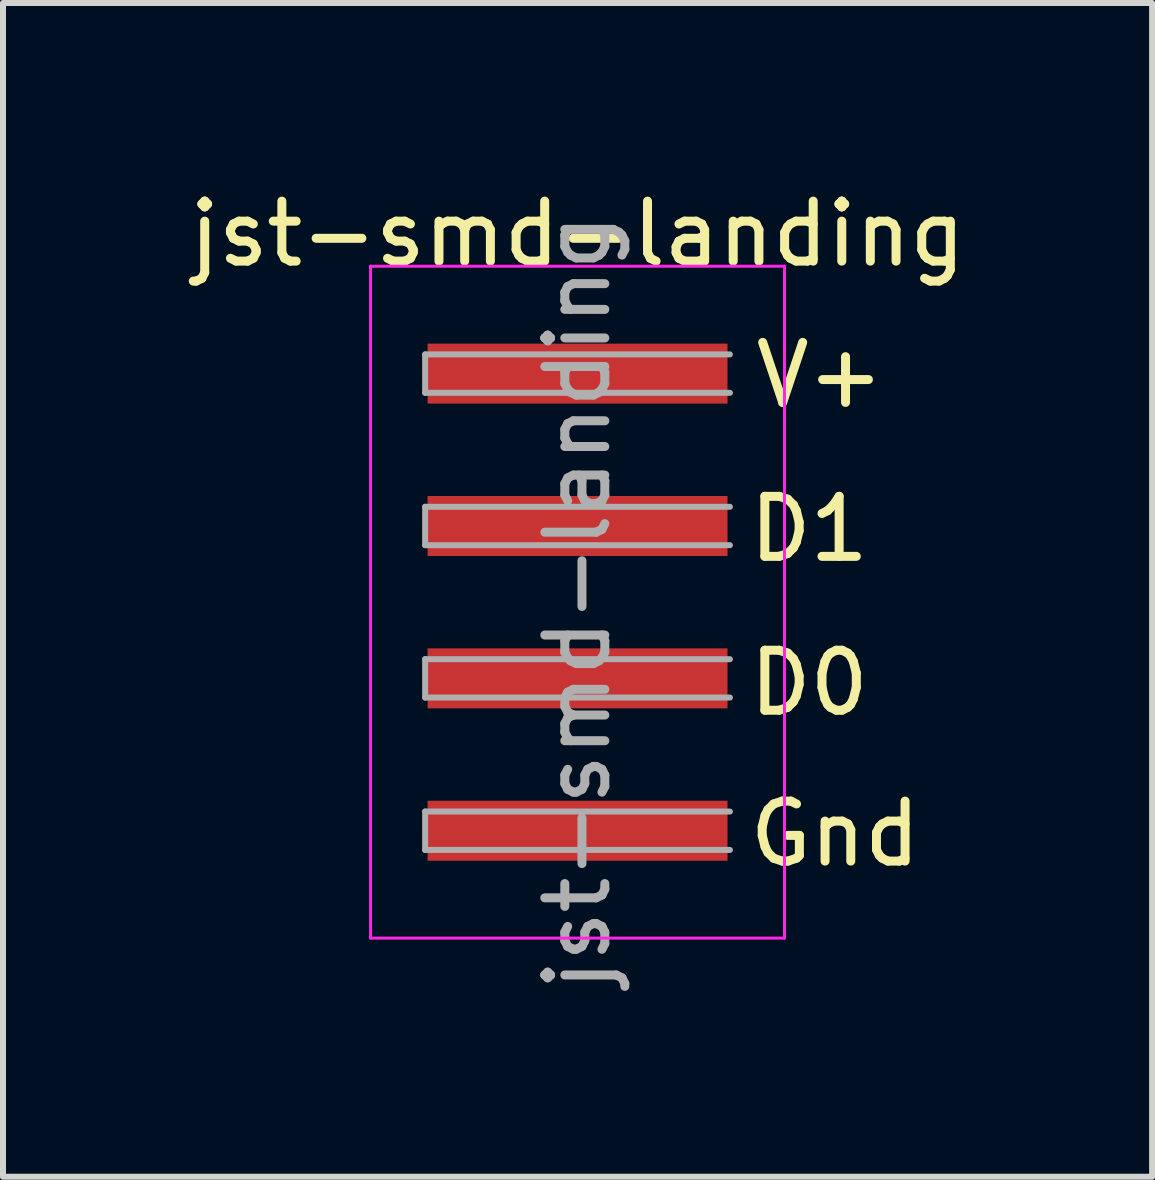
<source format=kicad_pcb>
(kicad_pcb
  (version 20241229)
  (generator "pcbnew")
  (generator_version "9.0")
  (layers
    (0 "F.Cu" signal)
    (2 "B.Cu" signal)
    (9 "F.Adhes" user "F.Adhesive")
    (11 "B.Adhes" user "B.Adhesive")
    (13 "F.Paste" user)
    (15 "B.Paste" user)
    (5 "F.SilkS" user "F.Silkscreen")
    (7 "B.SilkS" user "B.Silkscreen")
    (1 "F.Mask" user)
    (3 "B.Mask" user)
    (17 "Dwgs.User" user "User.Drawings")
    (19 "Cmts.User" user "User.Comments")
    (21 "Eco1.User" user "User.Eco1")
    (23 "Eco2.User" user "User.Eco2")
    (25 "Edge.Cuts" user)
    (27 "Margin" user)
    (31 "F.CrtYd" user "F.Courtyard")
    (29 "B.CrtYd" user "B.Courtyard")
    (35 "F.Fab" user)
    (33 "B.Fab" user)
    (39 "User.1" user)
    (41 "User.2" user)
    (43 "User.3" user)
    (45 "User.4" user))
  (footprint "jst-smd-landing"
    (layer "F.Cu")
    (at 6.577 6.988)
    (property "Reference" "jst-smd-landing" (at 0 -6.14 0) (layer "F.SilkS") (effects (font (size 1 1) (thickness 0.15))))
    (attr smd)
    (fp_line (start -3.45 -5.6) (end -3.45 5.6) (stroke (width 0.05) (type solid)) (layer "F.CrtYd"))
    (fp_line (start -3.45 5.6) (end 3.45 5.6) (stroke (width 0.05) (type solid)) (layer "F.CrtYd"))
    (fp_line (start 3.45 -5.6) (end -3.45 -5.6) (stroke (width 0.05) (type solid)) (layer "F.CrtYd"))
    (fp_line (start 3.45 5.6) (end 3.45 -5.6) (stroke (width 0.05) (type solid)) (layer "F.CrtYd"))
    (fp_line (start -2.54 -4.13) (end -2.54 -3.49) (stroke (width 0.1) (type solid)) (layer "F.Fab"))
    (fp_line (start -2.54 -3.49) (end 2.54 -3.49) (stroke (width 0.1) (type solid)) (layer "F.Fab"))
    (fp_line (start -2.54 -1.59) (end -2.54 -0.95) (stroke (width 0.1) (type solid)) (layer "F.Fab"))
    (fp_line (start -2.54 -1.59) (end 2.54 -1.59) (stroke (width 0.1) (type solid)) (layer "F.Fab"))
    (fp_line (start -2.54 0.95) (end -2.54 1.59) (stroke (width 0.1) (type solid)) (layer "F.Fab"))
    (fp_line (start -2.54 1.59) (end 2.54 1.59) (stroke (width 0.1) (type solid)) (layer "F.Fab"))
    (fp_line (start -2.54 3.49) (end -2.54 4.13) (stroke (width 0.1) (type solid)) (layer "F.Fab"))
    (fp_line (start 2.54 -4.13) (end -2.54 -4.13) (stroke (width 0.1) (type solid)) (layer "F.Fab"))
    (fp_line (start 2.54 -0.95) (end -2.54 -0.95) (stroke (width 0.1) (type solid)) (layer "F.Fab"))
    (fp_line (start 2.54 0.95) (end -2.54 0.95) (stroke (width 0.1) (type solid)) (layer "F.Fab"))
    (fp_line (start 2.54 3.49) (end -2.54 3.49) (stroke (width 0.1) (type solid)) (layer "F.Fab"))
    (fp_line (start 2.54 4.13) (end -2.54 4.13) (stroke (width 0.1) (type solid)) (layer "F.Fab"))
    (fp_text user "V+" (at 4.039 -3.785 0) (unlocked yes) (layer "F.SilkS") (effects (font (size 1 1) (thickness 0.15))))
    (fp_text user "Gnd" (at 4.293 3.861 0) (unlocked yes) (layer "F.SilkS") (effects (font (size 1 1) (thickness 0.15))))
    (fp_text user "D0" (at 3.861 1.346 0) (unlocked yes) (layer "F.SilkS") (effects (font (size 1 1) (thickness 0.15))))
    (fp_text user "D1" (at 3.861 -1.219 0) (unlocked yes) (layer "F.SilkS") (effects (font (size 1 1) (thickness 0.15))))
    (fp_text user "${REFERENCE}" (at 0 0 90) (layer "F.Fab") (effects (font (size 1 1) (thickness 0.15))))
    (pad "1" smd rect (at 0 -3.81) (size 5 1) (layers "F.Cu" "F.Mask" "F.Paste"))
    (pad "2" smd rect (at 0 -1.27) (size 5 1) (layers "F.Cu" "F.Mask" "F.Paste"))
    (pad "3" smd rect (at 0 1.27) (size 5 1) (layers "F.Cu" "F.Mask" "F.Paste"))
    (pad "4" smd rect (at 0 3.81) (size 5 1) (layers "F.Cu" "F.Mask" "F.Paste")))
  (gr_rect
    (start -3 -3)
    (end 16.155 16.566)
    (stroke (width 0.1) (type default))
    (fill no)
    (layer "Edge.Cuts")))
</source>
